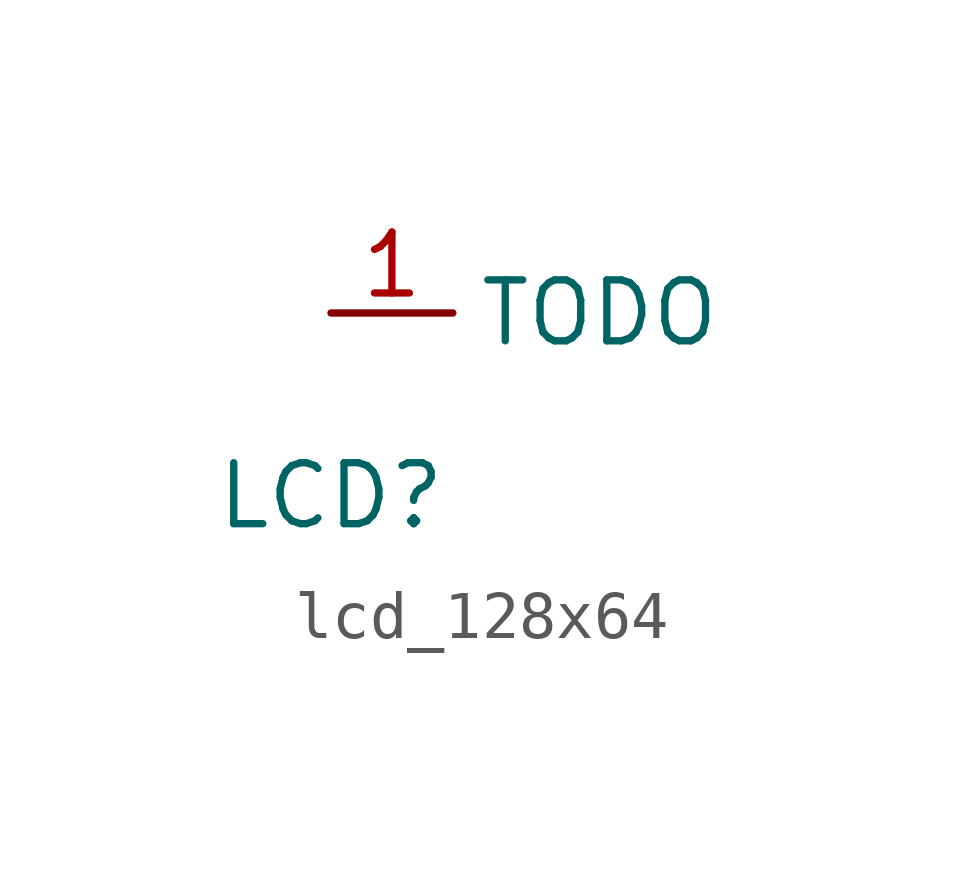
<source format=kicad_sym>
(kicad_symbol_lib
  (version 20231120)
  (generator "kicad_symbol_editor")
  (generator_version "8.0")
  (symbol "lcd_128x64"
    (property "Reference" "LCD"
      (at 0 0 0)
      (effects (font (size 1.27 1.27))))
    (property "Value" ""
      (at 0 0 0)
      (effects (font (size 1.27 1.27))))
    (symbol "lcd_128x64_1_1"
      (pin input line (at 0 3.81 0) (length 2.54) (name "TODO" (effects (font (size 1.27 1.27)))) (number "1" (effects (font (size 1.27 1.27))))))))
</source>
